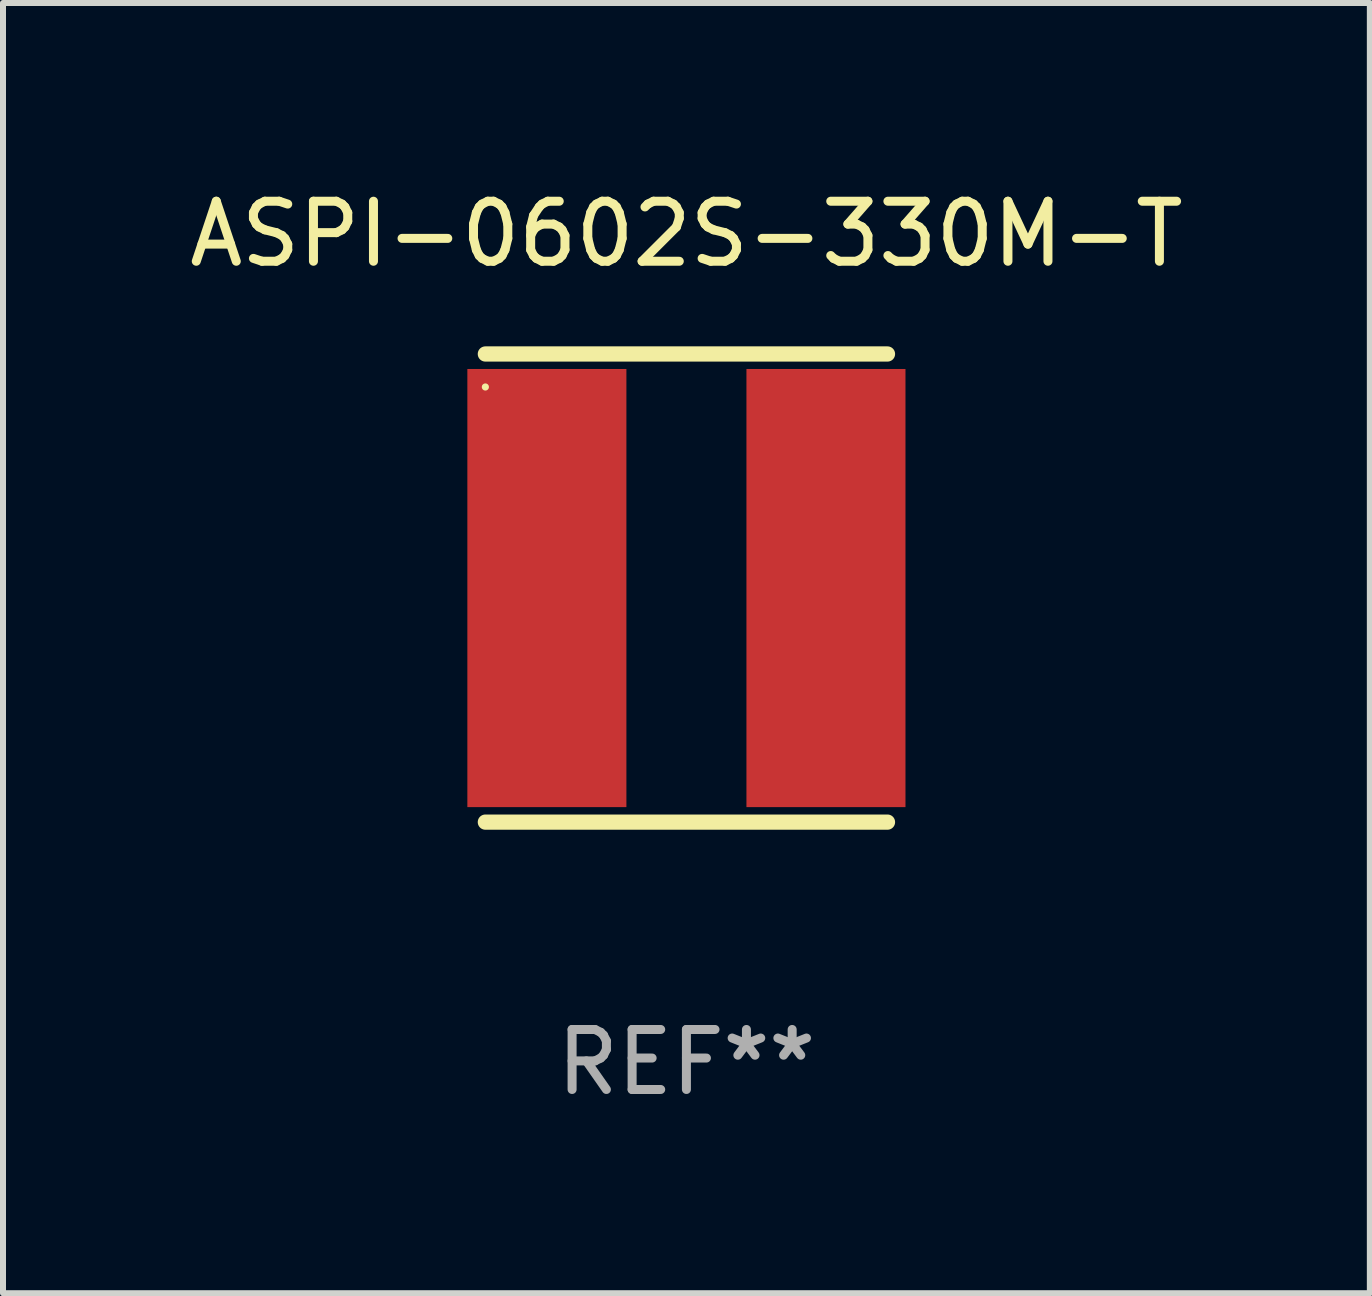
<source format=kicad_pcb>
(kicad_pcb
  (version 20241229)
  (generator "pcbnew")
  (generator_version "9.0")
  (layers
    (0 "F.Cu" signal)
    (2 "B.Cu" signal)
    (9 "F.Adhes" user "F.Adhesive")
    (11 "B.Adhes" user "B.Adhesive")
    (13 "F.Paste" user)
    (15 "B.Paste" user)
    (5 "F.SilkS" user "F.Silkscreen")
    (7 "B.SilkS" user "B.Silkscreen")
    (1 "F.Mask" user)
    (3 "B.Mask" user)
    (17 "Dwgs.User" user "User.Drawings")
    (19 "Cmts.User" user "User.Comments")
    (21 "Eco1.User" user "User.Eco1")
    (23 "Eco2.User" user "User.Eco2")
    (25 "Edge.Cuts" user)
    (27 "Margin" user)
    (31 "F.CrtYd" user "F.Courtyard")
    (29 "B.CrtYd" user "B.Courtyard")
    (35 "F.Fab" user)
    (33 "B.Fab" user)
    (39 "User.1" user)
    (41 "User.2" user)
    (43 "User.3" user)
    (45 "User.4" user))
  (footprint "ASPI-0602S-330M-T"
    (layer "F.Cu")
    (at 8.387 6.748)
    (property "Reference" "ASPI-0602S-330M-T" (at 0 -5.9 0) (layer "F.SilkS") (effects (font (size 1 1) (thickness 0.15))))
    (attr through_hole)
    (fp_line (start -3.35 -3.9) (end 3.35 -3.9) (stroke (width 0.254) (type solid)) (layer "F.SilkS"))
    (fp_line (start -3.35 3.9) (end 3.35 3.9) (stroke (width 0.254) (type solid)) (layer "F.SilkS"))
    (fp_circle (center -3.35 -3.35) (end -3.32 -3.35) (stroke (width 0.06) (type solid)) (fill no) (layer "F.SilkS"))
    (fp_text user "REF**" (at 0 7.9 0) (layer "F.Fab") (effects (font (size 1 1) (thickness 0.15))))
    (pad "1" smd rect (at -2.325 0) (size 2.65 7.3) (layers "F.Cu" "F.Mask" "F.Paste"))
    (pad "2" smd rect (at 2.325 0) (size 2.65 7.3) (layers "F.Cu" "F.Mask" "F.Paste")))
  (gr_rect
    (start -3 -3)
    (end 19.774 18.497)
    (stroke (width 0.1) (type default))
    (fill no)
    (layer "Edge.Cuts")))
</source>
